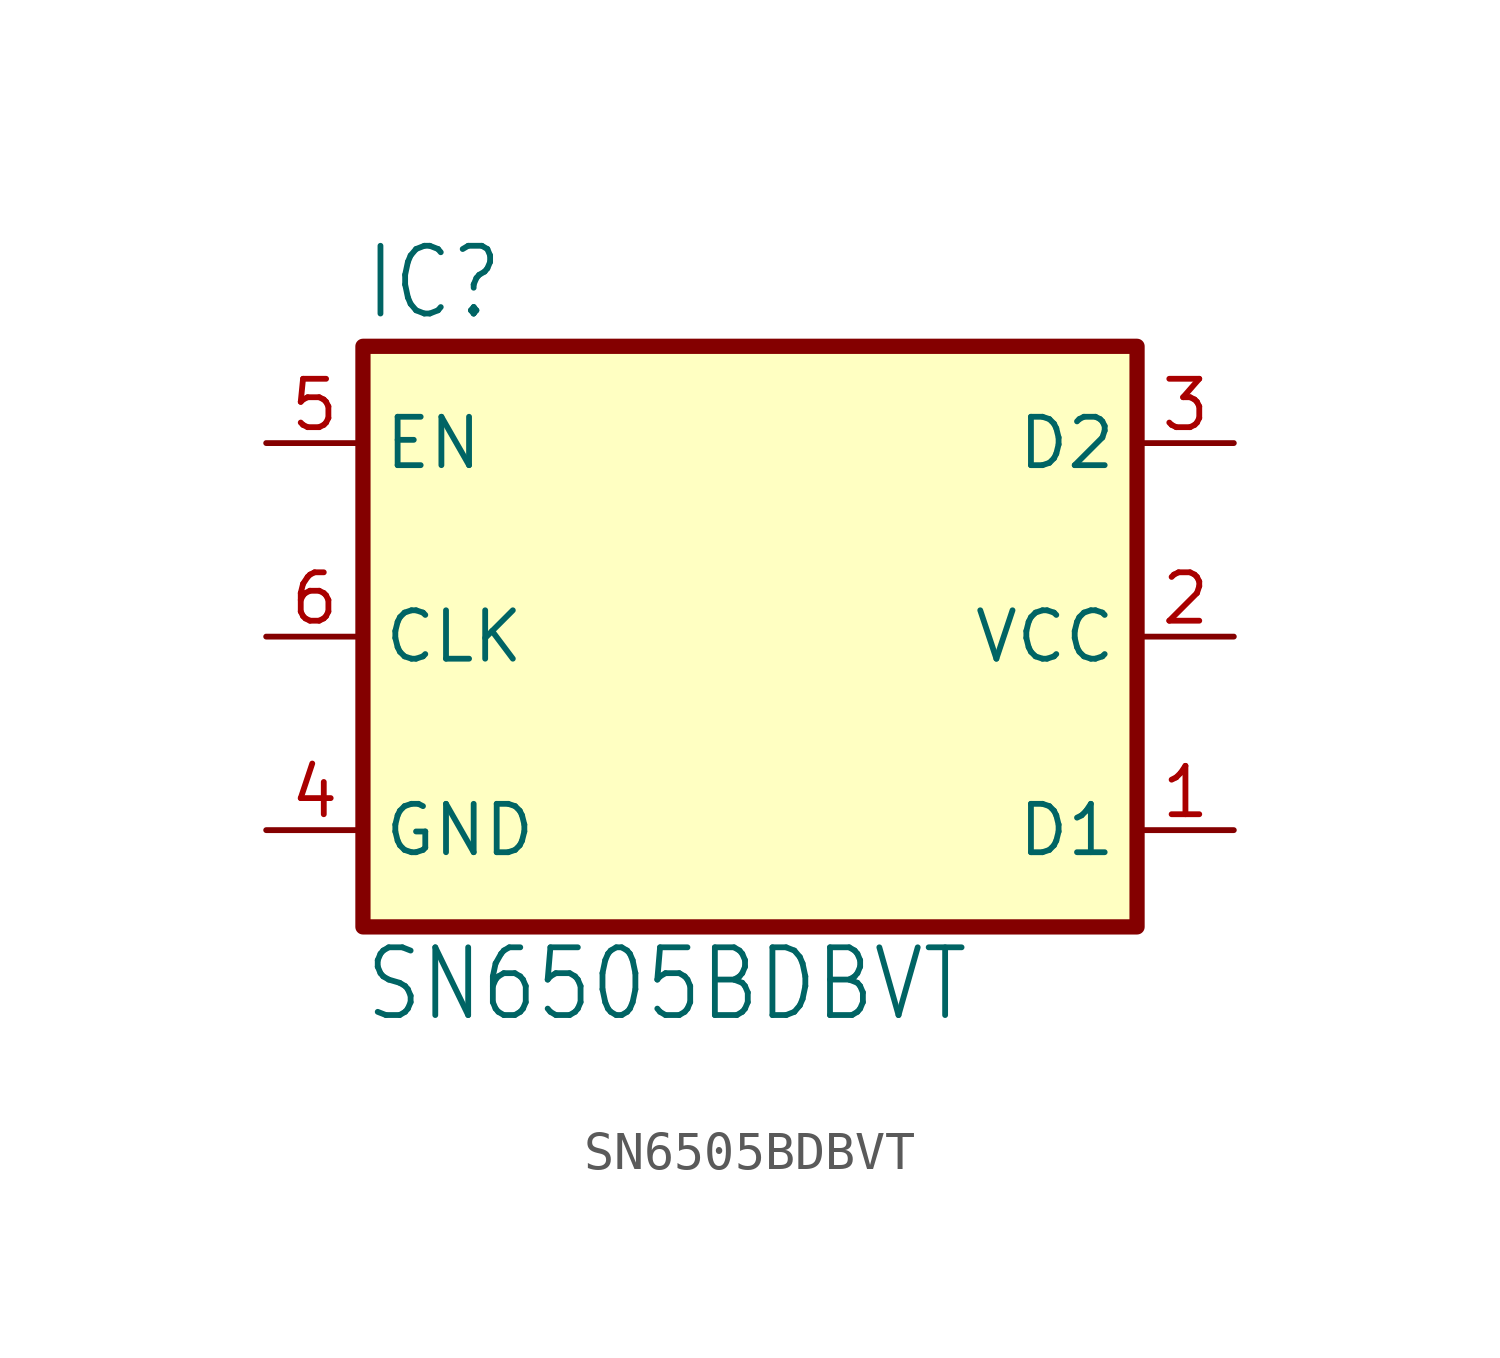
<source format=kicad_sym>
(kicad_symbol_lib
  (version 20220914)
  (generator kicad_symbol_editor)
  (symbol "SN6505BDBVT"
    (property "Reference" "IC"
      (at -10.16 8.255 0)
      (effects (font (size 1.778 1.511)) (justify left bottom)))
    (property "Value" "SN6505BDBVT"
      (at -10.16 -10.16 0)
      (effects (font (size 1.778 1.511)) (justify left bottom)))
    (symbol "SN6505BDBVT_1_0"
      (pin open_collector line (at 12.7 -5.08 180) (length 2.54) (name "D1" (effects (font (size 1.27 1.27)))) (number "1" (effects (font (size 1.27 1.27)))))
      (pin power_in line (at 12.7 0 180) (length 2.54) (name "VCC" (effects (font (size 1.27 1.27)))) (number "2" (effects (font (size 1.27 1.27)))))
      (pin open_collector line (at 12.7 5.08 180) (length 2.54) (name "D2" (effects (font (size 1.27 1.27)))) (number "3" (effects (font (size 1.27 1.27)))))
      (pin power_in line (at -12.7 -5.08 0) (length 2.54) (name "GND" (effects (font (size 1.27 1.27)))) (number "4" (effects (font (size 1.27 1.27)))))
      (pin input line (at -12.7 5.08 0) (length 2.54) (name "EN" (effects (font (size 1.27 1.27)))) (number "5" (effects (font (size 1.27 1.27)))))
      (pin input line (at -12.7 0 0) (length 2.54) (name "CLK" (effects (font (size 1.27 1.27)))) (number "6" (effects (font (size 1.27 1.27))))))
    (symbol "SN6505BDBVT_1_1"
      (rectangle (start -10.16 7.62) (end 10.16 -7.62) (stroke (width 0.4) (type default)) (fill (type background))))))
</source>
